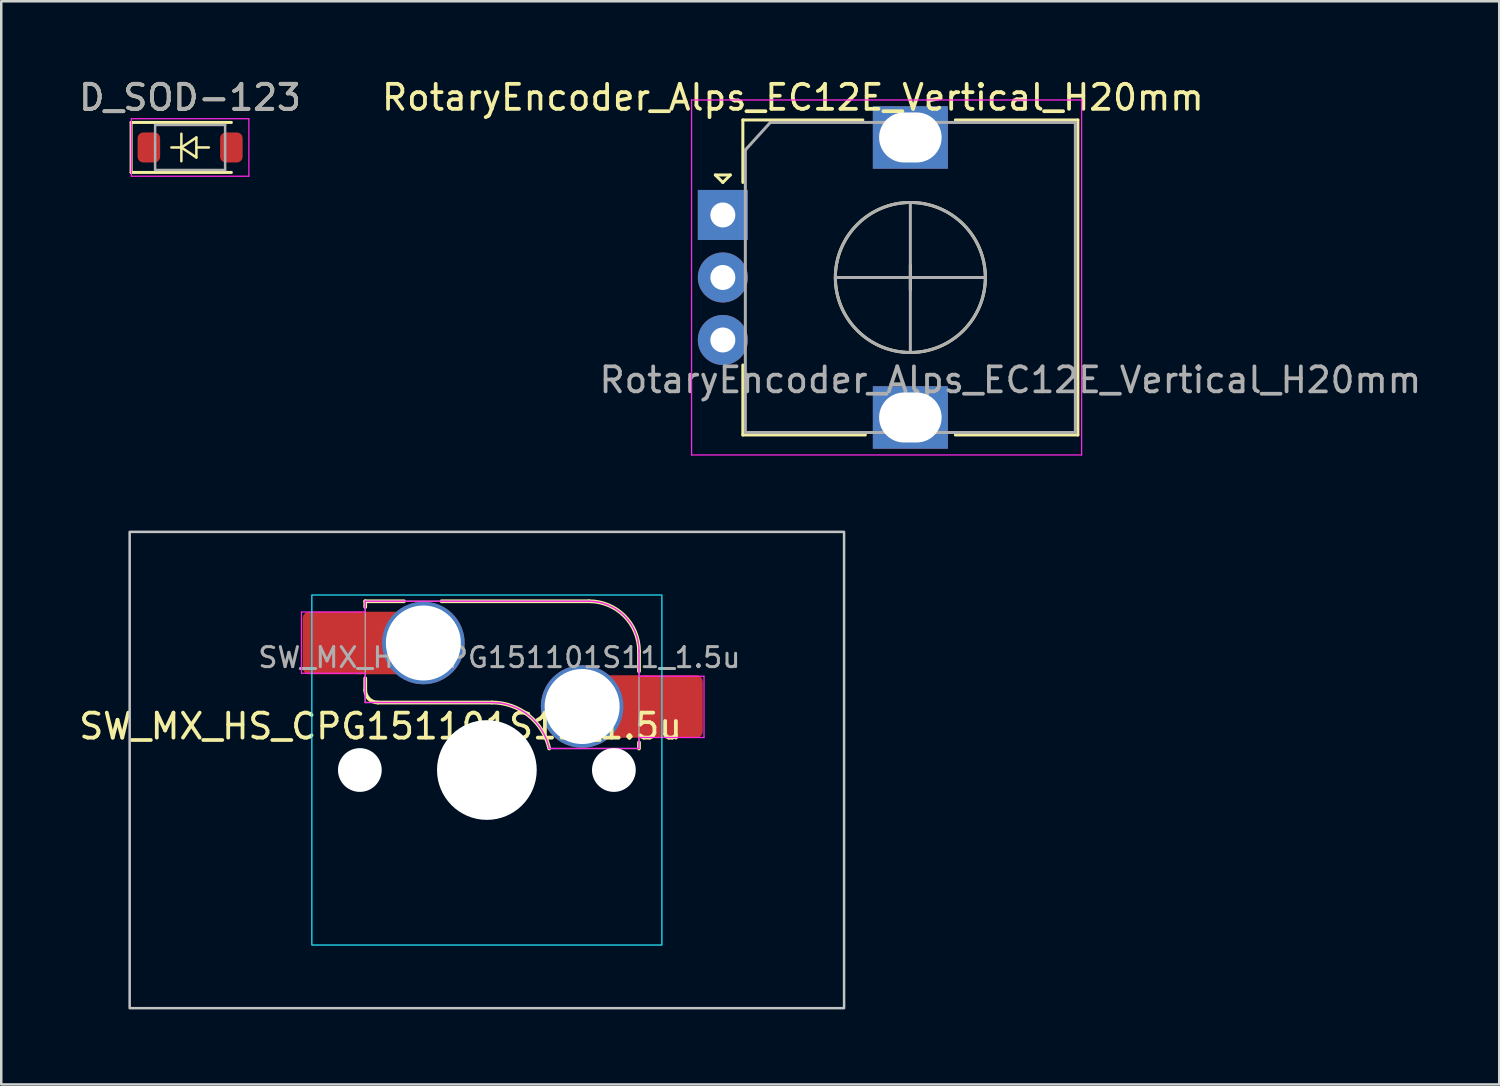
<source format=kicad_pcb>
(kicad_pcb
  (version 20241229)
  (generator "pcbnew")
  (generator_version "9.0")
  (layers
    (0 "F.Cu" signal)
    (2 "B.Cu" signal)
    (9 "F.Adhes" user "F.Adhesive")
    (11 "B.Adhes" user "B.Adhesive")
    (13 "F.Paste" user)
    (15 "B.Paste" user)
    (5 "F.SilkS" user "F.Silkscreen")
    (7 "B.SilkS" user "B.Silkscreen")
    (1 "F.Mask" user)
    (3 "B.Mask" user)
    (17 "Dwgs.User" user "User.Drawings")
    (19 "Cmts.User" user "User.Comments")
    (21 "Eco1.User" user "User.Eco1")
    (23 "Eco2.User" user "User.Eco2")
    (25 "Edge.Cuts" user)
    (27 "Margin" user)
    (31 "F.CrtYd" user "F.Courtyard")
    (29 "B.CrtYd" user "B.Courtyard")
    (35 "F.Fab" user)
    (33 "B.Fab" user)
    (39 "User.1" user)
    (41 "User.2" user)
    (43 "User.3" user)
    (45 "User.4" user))
  (footprint "D_SOD-123"
    (layer "F.Cu")
    (at 4.554 2.848)
    (property "Reference" "D_SOD-123" (at 0 -2 0) (layer "F.SilkS") (effects (font (size 1 1) (thickness 0.15))))
    (attr smd)
    (fp_line (start -2.36 -1) (end -2.36 1) (stroke (width 0.12) (type solid)) (layer "F.SilkS"))
    (fp_line (start -2.36 -1) (end 1.65 -1) (stroke (width 0.12) (type solid)) (layer "F.SilkS"))
    (fp_line (start -2.36 1) (end 1.65 1) (stroke (width 0.12) (type solid)) (layer "F.SilkS"))
    (fp_line (start -0.75 0) (end -0.35 0) (stroke (width 0.1) (type solid)) (layer "F.SilkS"))
    (fp_line (start -0.35 0) (end -0.35 -0.55) (stroke (width 0.1) (type solid)) (layer "F.SilkS"))
    (fp_line (start -0.35 0) (end -0.35 0.55) (stroke (width 0.1) (type solid)) (layer "F.SilkS"))
    (fp_line (start -0.35 0) (end 0.25 -0.4) (stroke (width 0.1) (type solid)) (layer "F.SilkS"))
    (fp_line (start 0.25 -0.4) (end 0.25 0.4) (stroke (width 0.1) (type solid)) (layer "F.SilkS"))
    (fp_line (start 0.25 0) (end 0.75 0) (stroke (width 0.1) (type solid)) (layer "F.SilkS"))
    (fp_line (start 0.25 0.4) (end -0.35 0) (stroke (width 0.1) (type solid)) (layer "F.SilkS"))
    (fp_line (start -2.35 -1.15) (end -2.35 1.15) (stroke (width 0.05) (type solid)) (layer "F.CrtYd"))
    (fp_line (start -2.35 -1.15) (end 2.35 -1.15) (stroke (width 0.05) (type solid)) (layer "F.CrtYd"))
    (fp_line (start 2.35 -1.15) (end 2.35 1.15) (stroke (width 0.05) (type solid)) (layer "F.CrtYd"))
    (fp_line (start 2.35 1.15) (end -2.35 1.15) (stroke (width 0.05) (type solid)) (layer "F.CrtYd"))
    (fp_line (start -1.4 -0.9) (end 1.4 -0.9) (stroke (width 0.1) (type solid)) (layer "F.Fab"))
    (fp_line (start -1.4 0.9) (end -1.4 -0.9) (stroke (width 0.1) (type solid)) (layer "F.Fab"))
    (fp_line (start 1.4 -0.9) (end 1.4 0.9) (stroke (width 0.1) (type solid)) (layer "F.Fab"))
    (fp_line (start 1.4 0.9) (end -1.4 0.9) (stroke (width 0.1) (type solid)) (layer "F.Fab"))
    (fp_text user "${REFERENCE}" (at 0 -2 0) (layer "F.Fab") (effects (font (size 1 1) (thickness 0.15))))
    (pad "1" smd roundrect (at -1.65 0) (size 0.9 1.2) (layers "F.Cu" "F.Mask" "F.Paste") (roundrect_rratio 0.25))
    (pad "2" smd roundrect (at 1.65 0) (size 0.9 1.2) (layers "F.Cu" "F.Mask" "F.Paste") (roundrect_rratio 0.25)))
  (footprint "RotaryEncoder_Alps_EC12E_Vertical_H20mm"
    (layer "F.Cu")
    (at 25.861 5.548)
    (property "Reference" "RotaryEncoder_Alps_EC12E_Vertical_H20mm" (at 2.8 -4.7 0) (layer "F.SilkS") (effects (font (size 1 1) (thickness 0.15))))
    (attr through_hole)
    (fp_line (start -0.3 -1.6) (end 0.3 -1.6) (stroke (width 0.12) (type solid)) (layer "F.SilkS"))
    (fp_line (start 0 -1.3) (end -0.3 -1.6) (stroke (width 0.12) (type solid)) (layer "F.SilkS"))
    (fp_line (start 0.3 -1.6) (end 0 -1.3) (stroke (width 0.12) (type solid)) (layer "F.SilkS"))
    (fp_line (start 0.8 -3.8) (end 0.8 -1.3) (stroke (width 0.12) (type solid)) (layer "F.SilkS"))
    (fp_line (start 0.8 8.8) (end 0.8 6) (stroke (width 0.12) (type solid)) (layer "F.SilkS"))
    (fp_line (start 5.6 -3.8) (end 0.8 -3.8) (stroke (width 0.12) (type solid)) (layer "F.SilkS"))
    (fp_line (start 5.7 8.8) (end 0.8 8.8) (stroke (width 0.12) (type solid)) (layer "F.SilkS"))
    (fp_line (start 7 2.5) (end 8 2.5) (stroke (width 0.12) (type solid)) (layer "F.SilkS"))
    (fp_line (start 7.5 2) (end 7.5 3) (stroke (width 0.12) (type solid)) (layer "F.SilkS"))
    (fp_line (start 9.3 -3.8) (end 14.2 -3.8) (stroke (width 0.12) (type solid)) (layer "F.SilkS"))
    (fp_line (start 14.2 -3.8) (end 14.2 8.8) (stroke (width 0.12) (type solid)) (layer "F.SilkS"))
    (fp_line (start 14.2 8.8) (end 9.3 8.8) (stroke (width 0.12) (type solid)) (layer "F.SilkS"))
    (fp_circle (center 7.5 2.5) (end 10.5 2.5) (stroke (width 0.12) (type solid)) (fill no) (layer "F.SilkS"))
    (fp_line (start -1.25 -4.6) (end -1.25 9.6) (stroke (width 0.05) (type solid)) (layer "F.CrtYd"))
    (fp_line (start -1.25 -4.6) (end 14.35 -4.6) (stroke (width 0.05) (type solid)) (layer "F.CrtYd"))
    (fp_line (start 14.35 9.6) (end -1.25 9.6) (stroke (width 0.05) (type solid)) (layer "F.CrtYd"))
    (fp_line (start 14.35 9.6) (end 14.35 -4.6) (stroke (width 0.05) (type solid)) (layer "F.CrtYd"))
    (fp_line (start 0.9 -2.6) (end 1.9 -3.7) (stroke (width 0.12) (type solid)) (layer "F.Fab"))
    (fp_line (start 0.9 8.7) (end 0.9 -2.6) (stroke (width 0.12) (type solid)) (layer "F.Fab"))
    (fp_line (start 1.9 -3.7) (end 14.1 -3.7) (stroke (width 0.12) (type solid)) (layer "F.Fab"))
    (fp_line (start 4.5 2.5) (end 10.5 2.5) (stroke (width 0.12) (type solid)) (layer "F.Fab"))
    (fp_line (start 7.5 -0.5) (end 7.5 5.5) (stroke (width 0.12) (type solid)) (layer "F.Fab"))
    (fp_line (start 14.1 -3.7) (end 14.1 8.7) (stroke (width 0.12) (type solid)) (layer "F.Fab"))
    (fp_line (start 14.1 8.7) (end 0.9 8.7) (stroke (width 0.12) (type solid)) (layer "F.Fab"))
    (fp_circle (center 7.5 2.5) (end 10.5 2.5) (stroke (width 0.12) (type solid)) (fill no) (layer "F.Fab"))
    (fp_text user "${REFERENCE}" (at 11.5 6.6 0) (layer "F.Fab") (effects (font (size 1 1) (thickness 0.15))))
    (pad "A" thru_hole rect (at 0 0) (size 2 2) (drill 1) (layers "*.Cu" "*.Mask"))
    (pad "B" thru_hole circle (at 0 5) (size 2 2) (drill 1) (layers "*.Cu" "*.Mask"))
    (pad "C" thru_hole circle (at 0 2.5) (size 2 2) (drill 1) (layers "*.Cu" "*.Mask"))
    (pad "MP" thru_hole rect (at 7.5 -3.1) (size 3 2.5) (drill oval 2.5 2) (layers "*.Cu" "*.Mask"))
    (pad "MP" thru_hole rect (at 7.5 8.1) (size 3 2.5) (drill oval 2.5 2) (layers "*.Cu" "*.Mask")))
  (footprint "SW_MX_HS_CPG151101S11_1.5u"
    (layer "F.Cu")
    (at 16.423 27.748)
    (property "Reference" "SW_MX_HS_CPG151101S11_1.5u" (at -4.25 -1.75 0) (layer "F.SilkS") (effects (font (size 1 1) (thickness 0.15))))
    (attr smd)
    (fp_line (start -4.865 -6.75) (end -4.865 -6.52) (stroke (width 0.15) (type solid)) (layer "F.SilkS"))
    (fp_line (start -4.865 -3.67) (end -4.865 -3.2) (stroke (width 0.15) (type solid)) (layer "F.SilkS"))
    (fp_line (start -4.365 -2.7) (end 0.2 -2.7) (stroke (width 0.15) (type solid)) (layer "F.SilkS"))
    (fp_line (start -3.315 -6.75) (end -4.865 -6.75) (stroke (width 0.15) (type solid)) (layer "F.SilkS"))
    (fp_line (start 4.085 -6.75) (end -1.815 -6.75) (stroke (width 0.15) (type solid)) (layer "F.SilkS"))
    (fp_line (start 6.085 -3.95) (end 6.085 -4.75) (stroke (width 0.15) (type solid)) (layer "F.SilkS"))
    (fp_line (start 6.085 -1.1) (end 6.085 -0.86) (stroke (width 0.15) (type solid)) (layer "F.SilkS"))
    (fp_arc (start -4.364824 -2.70022) (mid -4.718377 -2.846667) (end -4.864824 -3.20022) (stroke (width 0.15) (type solid)) (layer "F.SilkS"))
    (fp_arc (start 0.2 -2.70022) (mid 1.670693 -2.183637) (end 2.494322 -0.86022) (stroke (width 0.15) (type solid)) (layer "F.SilkS"))
    (fp_arc (start 4.085176 -6.75022) (mid 5.49939 -6.164434) (end 6.085176 -4.75022) (stroke (width 0.15) (type solid)) (layer "F.SilkS"))
    (fp_rect (start -14.287 -9.525) (end 14.287 9.525) (stroke (width 0.1) (type default)) (fill no) (layer "Dwgs.User"))
    (fp_line (start -7 -6.5) (end -7 6.5) (stroke (width 0.05) (type solid)) (layer "Eco2.User"))
    (fp_line (start -6.5 7) (end 6.5 7) (stroke (width 0.05) (type solid)) (layer "Eco2.User"))
    (fp_line (start 6.5 -7) (end -6.5 -7) (stroke (width 0.05) (type solid)) (layer "Eco2.User"))
    (fp_line (start 7 6.5) (end 7 -6.5) (stroke (width 0.05) (type solid)) (layer "Eco2.User"))
    (fp_arc (start -7 -6.5) (mid -6.853553 -6.853553) (end -6.5 -7) (stroke (width 0.05) (type solid)) (layer "Eco2.User"))
    (fp_arc (start -6.497236 6.998884) (mid -6.850789 6.852437) (end -6.997236 6.498884) (stroke (width 0.05) (type solid)) (layer "Eco2.User"))
    (fp_arc (start 6.5 -7) (mid 6.853553 -6.853553) (end 7 -6.5) (stroke (width 0.05) (type solid)) (layer "Eco2.User"))
    (fp_arc (start 7 6.5) (mid 6.853553 6.853553) (end 6.5 7) (stroke (width 0.05) (type solid)) (layer "Eco2.User"))
    (fp_rect (start -7 -7) (end 7 7) (stroke (width 0.05) (type default)) (fill no) (layer "B.CrtYd"))
    (fp_line (start -7.415 -6.32) (end -4.865 -6.32) (stroke (width 0.05) (type solid)) (layer "F.CrtYd"))
    (fp_line (start -7.415 -3.87) (end -7.415 -6.32) (stroke (width 0.05) (type solid)) (layer "F.CrtYd"))
    (fp_line (start -4.865 -6.75) (end -4.865 -6.32) (stroke (width 0.05) (type solid)) (layer "F.CrtYd"))
    (fp_line (start -4.865 -3.87) (end -7.415 -3.87) (stroke (width 0.05) (type solid)) (layer "F.CrtYd"))
    (fp_line (start -4.865 -3.87) (end -4.865 -2.7) (stroke (width 0.05) (type solid)) (layer "F.CrtYd"))
    (fp_line (start -4.865 -2.7) (end 0.2 -2.7) (stroke (width 0.05) (type solid)) (layer "F.CrtYd"))
    (fp_line (start 4.085 -6.75) (end -4.865 -6.75) (stroke (width 0.05) (type solid)) (layer "F.CrtYd"))
    (fp_line (start 6.085 -3.75) (end 6.085 -4.75) (stroke (width 0.05) (type solid)) (layer "F.CrtYd"))
    (fp_line (start 6.085 -3.75) (end 8.685 -3.75) (stroke (width 0.05) (type solid)) (layer "F.CrtYd"))
    (fp_line (start 6.085 -1.3) (end 6.085 -0.86) (stroke (width 0.05) (type solid)) (layer "F.CrtYd"))
    (fp_line (start 6.085 -0.86) (end 2.494 -0.86) (stroke (width 0.05) (type solid)) (layer "F.CrtYd"))
    (fp_line (start 8.685 -3.75) (end 8.685 -1.3) (stroke (width 0.05) (type solid)) (layer "F.CrtYd"))
    (fp_line (start 8.685 -1.3) (end 6.085 -1.3) (stroke (width 0.05) (type solid)) (layer "F.CrtYd"))
    (fp_arc (start 0.2 -2.70022) (mid 1.670503 -2.183399) (end 2.494322 -0.86022) (stroke (width 0.05) (type solid)) (layer "F.CrtYd"))
    (fp_arc (start 4.085176 -6.75022) (mid 5.49939 -6.164434) (end 6.085176 -4.75022) (stroke (width 0.05) (type solid)) (layer "F.CrtYd"))
    (fp_line (start -4.865 -6.75) (end -4.865 -2.7) (stroke (width 0.05) (type solid)) (layer "F.Fab"))
    (fp_line (start -4.865 -2.7) (end 0.2 -2.7) (stroke (width 0.05) (type solid)) (layer "F.Fab"))
    (fp_line (start 4.085 -6.75) (end -4.865 -6.75) (stroke (width 0.05) (type solid)) (layer "F.Fab"))
    (fp_line (start 6.085 -0.86) (end 2.494 -0.86) (stroke (width 0.05) (type solid)) (layer "F.Fab"))
    (fp_line (start 6.085 -0.86) (end 6.085 -4.75) (stroke (width 0.05) (type solid)) (layer "F.Fab"))
    (fp_arc (start 0.2 -2.70022) (mid 1.670503 -2.183399) (end 2.494322 -0.86022) (stroke (width 0.05) (type solid)) (layer "F.Fab"))
    (fp_arc (start 4.085176 -6.75022) (mid 5.49939 -6.164434) (end 6.085176 -4.75022) (stroke (width 0.05) (type solid)) (layer "F.Fab"))
    (fp_text user "${REFERENCE}" (at 0.5 -4.5 0) (layer "F.Fab") (effects (font (size 0.8 0.8) (thickness 0.12))))
    (pad "" np_thru_hole circle (at -5.08 0) (size 1.75 1.75) (drill 1.75) (layers "*.Cu" "*.Mask"))
    (pad "" np_thru_hole circle (at 0 0) (size 3.988 3.988) (drill 3.988) (layers "*.Cu" "*.Mask"))
    (pad "" np_thru_hole circle (at 5.08 0) (size 1.75 1.75) (drill 1.75) (layers "*.Cu" "*.Mask"))
    (pad "1" thru_hole circle (at 3.81 -2.54) (size 3.3 3.3) (drill 3) (layers "*.Cu" "*.Mask"))
    (pad "1" smd rect (at 5.635 -2.54 180) (size 1.65 2.5) (layers "F.Cu"))
    (pad "1" smd roundrect (at 7.36 -2.54) (size 2.55 2.5) (layers "F.Cu" "F.Mask" "F.Paste") (roundrect_rratio 0.1))
    (pad "2" smd roundrect (at -6.09 -5.08) (size 2.55 2.5) (layers "F.Cu" "F.Mask" "F.Paste") (roundrect_rratio 0.1))
    (pad "2" smd rect (at -4.34 -5.08) (size 1.65 2.5) (layers "F.Cu"))
    (pad "2" thru_hole circle (at -2.54 -5.08) (size 3.3 3.3) (drill 3) (layers "*.Cu" "*.Mask")))
  (gr_rect
    (start -3 -3)
    (end 56.914 40.323)
    (stroke (width 0.1) (type default))
    (fill no)
    (layer "Edge.Cuts")))
</source>
